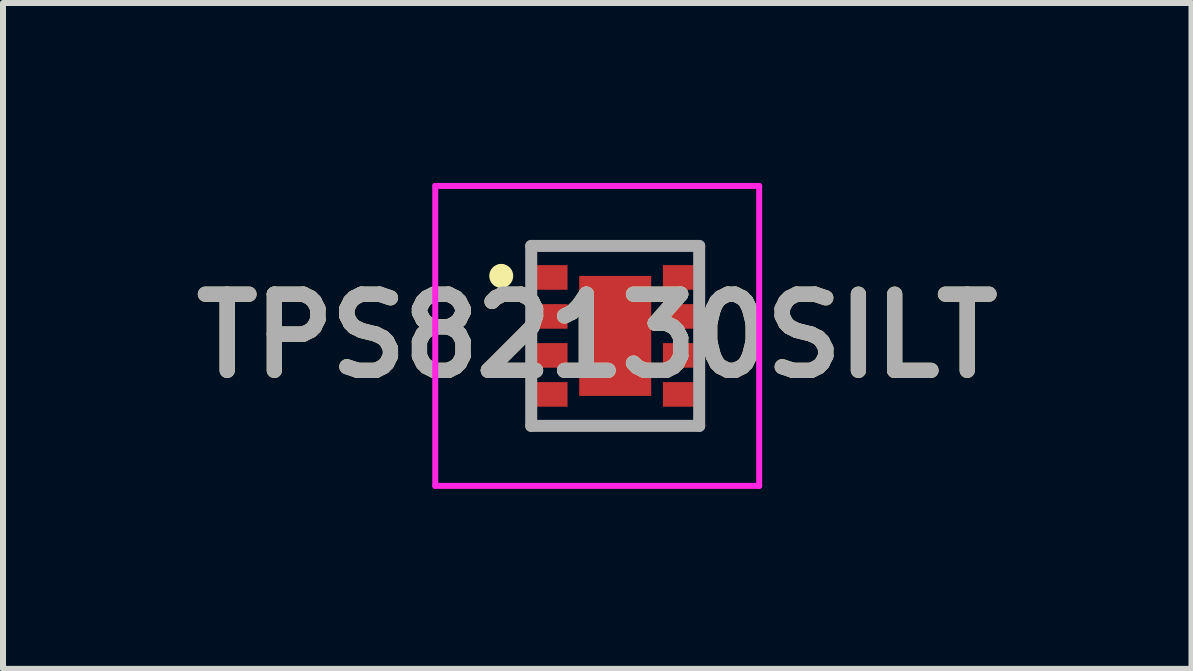
<source format=kicad_pcb>
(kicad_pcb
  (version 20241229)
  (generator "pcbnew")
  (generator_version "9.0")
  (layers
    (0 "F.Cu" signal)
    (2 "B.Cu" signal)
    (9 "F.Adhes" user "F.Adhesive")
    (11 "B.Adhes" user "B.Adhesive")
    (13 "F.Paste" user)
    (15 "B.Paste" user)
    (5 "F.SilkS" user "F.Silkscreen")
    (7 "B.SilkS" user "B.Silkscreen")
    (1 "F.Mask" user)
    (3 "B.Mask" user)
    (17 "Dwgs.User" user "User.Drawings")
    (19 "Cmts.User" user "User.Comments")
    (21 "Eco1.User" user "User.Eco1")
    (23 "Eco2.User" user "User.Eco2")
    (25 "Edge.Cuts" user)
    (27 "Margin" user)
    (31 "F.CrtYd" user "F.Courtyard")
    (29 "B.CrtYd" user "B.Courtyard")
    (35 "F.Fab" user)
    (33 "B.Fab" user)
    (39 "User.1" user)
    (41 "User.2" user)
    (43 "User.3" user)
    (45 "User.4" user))
  (footprint "TPS82130SILT"
    (layer "F.Cu")
    (at 7.206 2.55)
    (property "Reference" "TPS82130SILT" (at -0.3 0 0) (layer "F.SilkS") (effects (font (size 1.27 1.27) (thickness 0.254))))
    (attr smd)
    (fp_line (start -1.9 -1.1) (end -1.9 -1.1) (stroke (width 0.2) (type solid)) (layer "F.SilkS"))
    (fp_line (start -1.9 -0.9) (end -1.9 -0.9) (stroke (width 0.2) (type solid)) (layer "F.SilkS"))
    (fp_line (start -1.4 -1.5) (end 1.4 -1.5) (stroke (width 0.1) (type solid)) (layer "F.SilkS"))
    (fp_line (start -1.4 1.5) (end 1.4 1.5) (stroke (width 0.1) (type solid)) (layer "F.SilkS"))
    (fp_arc (start -1.9 -1.1) (mid -1.8 -1) (end -1.9 -0.9) (stroke (width 0.2) (type solid)) (layer "F.SilkS"))
    (fp_arc (start -1.9 -0.9) (mid -2 -1) (end -1.9 -1.1) (stroke (width 0.2) (type solid)) (layer "F.SilkS"))
    (fp_line (start -3 -2.5) (end 2.4 -2.5) (stroke (width 0.1) (type solid)) (layer "F.CrtYd"))
    (fp_line (start -3 2.5) (end -3 -2.5) (stroke (width 0.1) (type solid)) (layer "F.CrtYd"))
    (fp_line (start 2.4 -2.5) (end 2.4 2.5) (stroke (width 0.1) (type solid)) (layer "F.CrtYd"))
    (fp_line (start 2.4 2.5) (end -3 2.5) (stroke (width 0.1) (type solid)) (layer "F.CrtYd"))
    (fp_line (start -1.4 -1.5) (end 1.4 -1.5) (stroke (width 0.2) (type solid)) (layer "F.Fab"))
    (fp_line (start -1.4 1.5) (end -1.4 -1.5) (stroke (width 0.2) (type solid)) (layer "F.Fab"))
    (fp_line (start 1.4 -1.5) (end 1.4 1.5) (stroke (width 0.2) (type solid)) (layer "F.Fab"))
    (fp_line (start 1.4 1.5) (end -1.4 1.5) (stroke (width 0.2) (type solid)) (layer "F.Fab"))
    (fp_text user "${REFERENCE}" (at -0.3 0 0) (layer "F.Fab") (effects (font (size 1.27 1.27) (thickness 0.254))))
    (pad "1" smd rect (at -1.05 -0.975 90) (size 0.41 0.51) (layers "F.Cu" "F.Mask" "F.Paste"))
    (pad "2" smd rect (at -1.05 -0.325 90) (size 0.41 0.51) (layers "F.Cu" "F.Mask" "F.Paste"))
    (pad "3" smd rect (at -1.05 0.325 90) (size 0.41 0.51) (layers "F.Cu" "F.Mask" "F.Paste"))
    (pad "4" smd rect (at -1.05 0.975 90) (size 0.41 0.51) (layers "F.Cu" "F.Mask" "F.Paste"))
    (pad "5" smd rect (at 1.05 0.975 90) (size 0.41 0.51) (layers "F.Cu" "F.Mask" "F.Paste"))
    (pad "6" smd rect (at 1.05 0.325 90) (size 0.41 0.51) (layers "F.Cu" "F.Mask" "F.Paste"))
    (pad "7" smd rect (at 1.05 -0.325 90) (size 0.41 0.51) (layers "F.Cu" "F.Mask" "F.Paste"))
    (pad "8" smd rect (at 1.05 -0.975 90) (size 0.41 0.51) (layers "F.Cu" "F.Mask" "F.Paste"))
    (pad "9" smd rect (at 0 0) (size 1.2 2) (layers "F.Cu" "F.Mask" "F.Paste")))
  (gr_rect
    (start -3 -3)
    (end 16.813 8.1)
    (stroke (width 0.1) (type default))
    (fill no)
    (layer "Edge.Cuts")))
</source>
